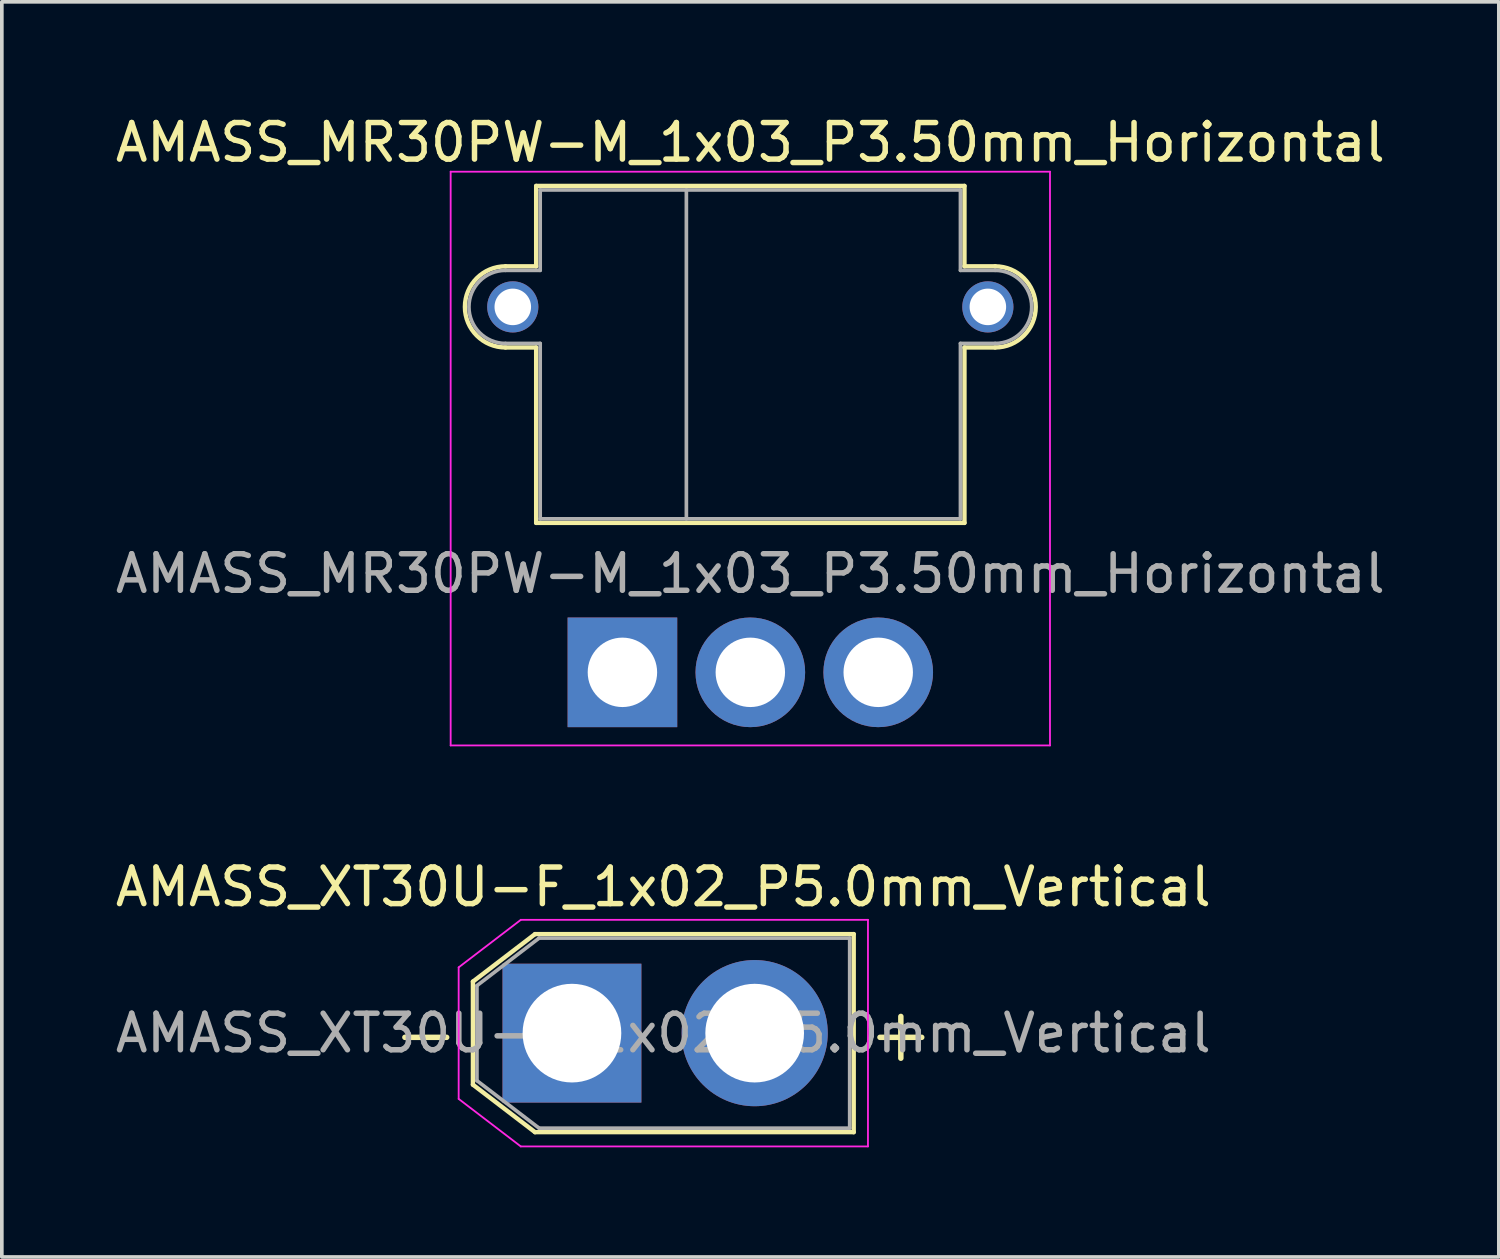
<source format=kicad_pcb>
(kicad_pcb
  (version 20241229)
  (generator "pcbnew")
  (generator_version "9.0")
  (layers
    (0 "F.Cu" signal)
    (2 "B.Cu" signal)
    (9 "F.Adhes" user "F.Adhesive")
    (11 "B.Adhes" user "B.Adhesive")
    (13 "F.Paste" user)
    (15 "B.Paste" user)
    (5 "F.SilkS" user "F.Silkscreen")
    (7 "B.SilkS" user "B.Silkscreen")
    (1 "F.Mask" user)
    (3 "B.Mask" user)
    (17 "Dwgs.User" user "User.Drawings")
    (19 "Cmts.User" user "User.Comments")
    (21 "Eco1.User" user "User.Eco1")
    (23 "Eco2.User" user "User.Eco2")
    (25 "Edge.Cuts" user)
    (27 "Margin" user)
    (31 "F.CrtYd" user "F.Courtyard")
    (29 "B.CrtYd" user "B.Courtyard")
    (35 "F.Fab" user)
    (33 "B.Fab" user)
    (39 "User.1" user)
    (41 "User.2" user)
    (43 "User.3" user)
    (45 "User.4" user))
  (footprint "AMASS_XT30U-F_1x02_P5.0mm_Vertical"
    (layer "F.Cu")
    (at 12.601 25.221)
    (property "Reference" "AMASS_XT30U-F_1x02_P5.0mm_Vertical" (at 2.5 -4 0) (layer "F.SilkS") (effects (font (size 1 1) (thickness 0.15))))
    (attr through_hole)
    (fp_line (start -2.71 -1.41) (end -2.71 1.41) (stroke (width 0.12) (type solid)) (layer "F.SilkS"))
    (fp_line (start -2.71 -1.41) (end -1.01 -2.71) (stroke (width 0.12) (type solid)) (layer "F.SilkS"))
    (fp_line (start -2.71 1.41) (end -1.01 2.71) (stroke (width 0.12) (type solid)) (layer "F.SilkS"))
    (fp_line (start -1.01 -2.71) (end 7.71 -2.71) (stroke (width 0.12) (type solid)) (layer "F.SilkS"))
    (fp_line (start -1.01 2.71) (end 7.71 2.71) (stroke (width 0.12) (type solid)) (layer "F.SilkS"))
    (fp_line (start 7.71 -2.71) (end 7.71 2.71) (stroke (width 0.12) (type solid)) (layer "F.SilkS"))
    (fp_line (start -3.1 -1.8) (end -3.1 1.8) (stroke (width 0.05) (type solid)) (layer "F.CrtYd"))
    (fp_line (start -3.1 -1.8) (end -1.4 -3.1) (stroke (width 0.05) (type solid)) (layer "F.CrtYd"))
    (fp_line (start -3.1 1.8) (end -1.4 3.1) (stroke (width 0.05) (type solid)) (layer "F.CrtYd"))
    (fp_line (start -1.4 -3.1) (end 8.1 -3.1) (stroke (width 0.05) (type solid)) (layer "F.CrtYd"))
    (fp_line (start -1.4 3.1) (end 8.1 3.1) (stroke (width 0.05) (type solid)) (layer "F.CrtYd"))
    (fp_line (start 8.1 -3.1) (end 8.1 3.1) (stroke (width 0.05) (type solid)) (layer "F.CrtYd"))
    (fp_line (start -2.6 -1.3) (end -2.6 1.3) (stroke (width 0.1) (type solid)) (layer "F.Fab"))
    (fp_line (start -2.6 -1.3) (end -0.9 -2.6) (stroke (width 0.1) (type solid)) (layer "F.Fab"))
    (fp_line (start -2.6 1.3) (end -0.9 2.6) (stroke (width 0.1) (type solid)) (layer "F.Fab"))
    (fp_line (start -0.9 -2.6) (end 7.6 -2.6) (stroke (width 0.1) (type solid)) (layer "F.Fab"))
    (fp_line (start -0.9 2.6) (end 7.6 2.6) (stroke (width 0.1) (type solid)) (layer "F.Fab"))
    (fp_line (start 7.6 -2.6) (end 7.6 2.6) (stroke (width 0.1) (type solid)) (layer "F.Fab"))
    (fp_text user "+" (at 9 0 0) (layer "F.SilkS") (effects (font (size 1.5 1.5) (thickness 0.15))))
    (fp_text user "-" (at -4 0 0) (layer "F.SilkS") (effects (font (size 1.5 1.5) (thickness 0.15))))
    (fp_text user "${REFERENCE}" (at 2.5 0 0) (layer "F.Fab") (effects (font (size 1 1) (thickness 0.15))))
    (pad "1" thru_hole rect (at 0 0) (size 3.8 3.8) (drill 2.7) (layers "*.Cu" "*.Mask"))
    (pad "2" thru_hole circle (at 5 0) (size 4 4) (drill 2.7) (layers "*.Cu" "*.Mask")))
  (footprint "AMASS_MR30PW-M_1x03_P3.50mm_Horizontal"
    (layer "F.Cu")
    (at 13.982 15.348)
    (property "Reference" "AMASS_MR30PW-M_1x03_P3.50mm_Horizontal" (at 3.5 -14.5 0) (layer "F.SilkS") (effects (font (size 1 1) (thickness 0.15))))
    (attr through_hole)
    (fp_line (start -3.2 -11.11) (end -2.36 -11.11) (stroke (width 0.12) (type solid)) (layer "F.SilkS"))
    (fp_line (start -3.2 -8.89) (end -2.36 -8.89) (stroke (width 0.12) (type solid)) (layer "F.SilkS"))
    (fp_line (start -2.36 -13.31) (end -2.36 -11.11) (stroke (width 0.12) (type solid)) (layer "F.SilkS"))
    (fp_line (start -2.36 -13.31) (end 9.36 -13.31) (stroke (width 0.12) (type solid)) (layer "F.SilkS"))
    (fp_line (start -2.36 -8.89) (end -2.36 -4.09) (stroke (width 0.12) (type solid)) (layer "F.SilkS"))
    (fp_line (start -2.36 -4.09) (end 9.36 -4.09) (stroke (width 0.12) (type solid)) (layer "F.SilkS"))
    (fp_line (start 9.36 -13.31) (end 9.36 -11.11) (stroke (width 0.12) (type solid)) (layer "F.SilkS"))
    (fp_line (start 9.36 -11.11) (end 10.2 -11.11) (stroke (width 0.12) (type solid)) (layer "F.SilkS"))
    (fp_line (start 9.36 -8.89) (end 9.36 -4.09) (stroke (width 0.12) (type solid)) (layer "F.SilkS"))
    (fp_line (start 9.36 -8.89) (end 10.2 -8.89) (stroke (width 0.12) (type solid)) (layer "F.SilkS"))
    (fp_arc (start -3.2 -8.89) (mid -4.31 -10) (end -3.2 -11.11) (stroke (width 0.12) (type solid)) (layer "F.SilkS"))
    (fp_arc (start 10.2 -11.11) (mid 11.31 -10) (end 10.2 -8.89) (stroke (width 0.12) (type solid)) (layer "F.SilkS"))
    (fp_line (start -4.7 -13.7) (end -4.7 2) (stroke (width 0.05) (type solid)) (layer "F.CrtYd"))
    (fp_line (start -4.7 -13.7) (end 11.7 -13.7) (stroke (width 0.05) (type solid)) (layer "F.CrtYd"))
    (fp_line (start -4.7 2) (end 11.7 2) (stroke (width 0.05) (type solid)) (layer "F.CrtYd"))
    (fp_line (start 11.7 -13.7) (end 11.7 2) (stroke (width 0.05) (type solid)) (layer "F.CrtYd"))
    (fp_line (start -3.2 -11) (end -2.25 -11) (stroke (width 0.1) (type solid)) (layer "F.Fab"))
    (fp_line (start -3.2 -9) (end -2.25 -9) (stroke (width 0.1) (type solid)) (layer "F.Fab"))
    (fp_line (start -2.25 -13.2) (end -2.25 -11) (stroke (width 0.1) (type solid)) (layer "F.Fab"))
    (fp_line (start -2.25 -13.2) (end 9.25 -13.2) (stroke (width 0.1) (type solid)) (layer "F.Fab"))
    (fp_line (start -2.25 -9) (end -2.25 -4.2) (stroke (width 0.1) (type solid)) (layer "F.Fab"))
    (fp_line (start -2.25 -4.2) (end 9.25 -4.2) (stroke (width 0.1) (type solid)) (layer "F.Fab"))
    (fp_line (start 1.75 -13.2) (end 1.75 -4.2) (stroke (width 0.1) (type solid)) (layer "F.Fab"))
    (fp_line (start 9.25 -13.2) (end 9.25 -11) (stroke (width 0.1) (type solid)) (layer "F.Fab"))
    (fp_line (start 9.25 -11) (end 10.2 -11) (stroke (width 0.1) (type solid)) (layer "F.Fab"))
    (fp_line (start 9.25 -9) (end 9.25 -4.2) (stroke (width 0.1) (type solid)) (layer "F.Fab"))
    (fp_line (start 9.25 -9) (end 10.2 -9) (stroke (width 0.1) (type solid)) (layer "F.Fab"))
    (fp_arc (start -3.2 -9) (mid -4.2 -10) (end -3.2 -11) (stroke (width 0.1) (type solid)) (layer "F.Fab"))
    (fp_arc (start 10.2 -11) (mid 11.2 -10) (end 10.2 -9) (stroke (width 0.1) (type solid)) (layer "F.Fab"))
    (fp_text user "${REFERENCE}" (at 3.5 -2.7 0) (layer "F.Fab") (effects (font (size 1 1) (thickness 0.15))))
    (pad "" thru_hole circle (at -3 -10) (size 1.4 1.4) (drill 1) (layers "*.Cu" "*.Mask"))
    (pad "" thru_hole circle (at 10 -10) (size 1.4 1.4) (drill 1) (layers "*.Cu" "*.Mask"))
    (pad "1" thru_hole rect (at 0 0) (size 3 3) (drill 1.9) (layers "*.Cu" "*.Mask"))
    (pad "2" thru_hole circle (at 3.5 0) (size 3 3) (drill 1.9) (layers "*.Cu" "*.Mask"))
    (pad "3" thru_hole circle (at 7 0) (size 3 3) (drill 1.9) (layers "*.Cu" "*.Mask")))
  (gr_rect
    (start -3 -3)
    (end 37.964 31.346)
    (stroke (width 0.1) (type default))
    (fill no)
    (layer "Edge.Cuts")))
</source>
